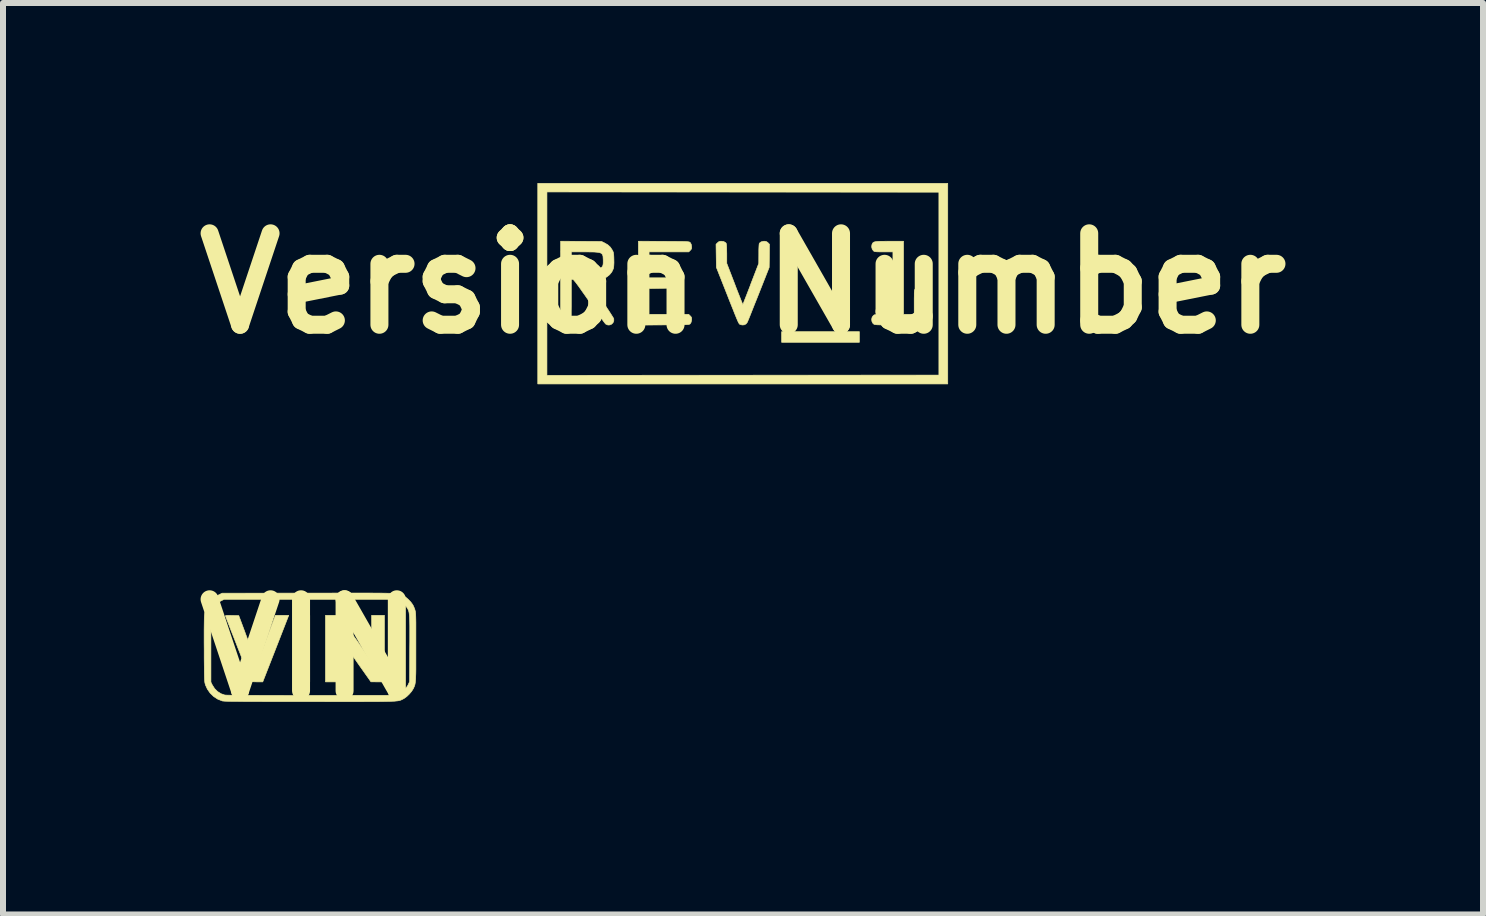
<source format=kicad_pcb>
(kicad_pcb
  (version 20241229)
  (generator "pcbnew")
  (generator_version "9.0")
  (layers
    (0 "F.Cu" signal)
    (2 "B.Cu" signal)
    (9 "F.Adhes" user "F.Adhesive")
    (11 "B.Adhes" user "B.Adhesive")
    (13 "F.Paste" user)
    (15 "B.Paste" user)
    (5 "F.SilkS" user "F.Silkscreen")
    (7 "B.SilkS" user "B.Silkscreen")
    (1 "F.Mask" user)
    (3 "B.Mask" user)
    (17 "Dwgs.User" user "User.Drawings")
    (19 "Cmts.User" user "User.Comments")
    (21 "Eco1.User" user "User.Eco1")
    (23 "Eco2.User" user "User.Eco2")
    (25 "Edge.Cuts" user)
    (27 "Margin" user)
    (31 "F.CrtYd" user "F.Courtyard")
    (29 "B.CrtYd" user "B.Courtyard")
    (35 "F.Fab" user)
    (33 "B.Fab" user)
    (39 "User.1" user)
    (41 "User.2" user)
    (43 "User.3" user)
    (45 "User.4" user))
  (footprint "Version Number"
    (layer "F.Cu")
    (at 9.333 1.673)
    (property "Reference" "Version Number" (at 0 0 0) (layer "F.SilkS") (effects (font (size 1.524 1.524) (thickness 0.3))))
    (attr through_hole)
    (fp_poly (pts (xy 1.939 0.982) (xy 0.643 0.982) (xy 0.643 0.804) (xy 1.939 0.804) (xy 1.939 0.982)) (stroke (width 0.01) (type solid)) (fill yes) (layer "F.SilkS"))
    (fp_poly (pts (xy 3.412 1.676) (xy -3.421 1.676) (xy -3.421 1.532) (xy -3.268 1.532) (xy -0.002 1.53) (xy 3.264 1.528) (xy 3.264 -1.52) (xy -0.002 -1.522) (xy -3.268 -1.524) (xy -3.268 1.532) (xy -3.421 1.532) (xy -3.421 -1.668) (xy 3.412 -1.668) (xy 3.412 1.676)) (stroke (width 0.01) (type solid)) (fill yes) (layer "F.SilkS"))
    (fp_poly (pts (xy -1.321 -0.701) (xy -1.226 -0.7) (xy -1.146 -0.7) (xy -1.08 -0.699) (xy -1.026 -0.699) (xy -0.984 -0.698) (xy -0.952 -0.697) (xy -0.928 -0.695) (xy -0.91 -0.693) (xy -0.898 -0.691) (xy -0.89 -0.688) (xy -0.885 -0.685) (xy -0.88 -0.681) (xy -0.88 -0.68) (xy -0.864 -0.653) (xy -0.857 -0.619) (xy -0.856 -0.592) (xy -0.86 -0.575) (xy -0.871 -0.559) (xy -0.879 -0.551) (xy -0.905 -0.525) (xy -1.566 -0.525) (xy -1.566 -0.093) (xy -1.26 -0.093) (xy -1.235 -0.068) (xy -1.216 -0.038) (xy -1.209 -0.002) (xy -1.217 0.034) (xy -1.231 0.057) (xy -1.252 0.08) (xy -1.409 0.083) (xy -1.566 0.086) (xy -1.566 0.516) (xy -0.905 0.516) (xy -0.879 0.542) (xy -0.863 0.56) (xy -0.857 0.575) (xy -0.856 0.597) (xy -0.857 0.611) (xy -0.866 0.65) (xy -0.88 0.672) (xy -0.884 0.676) (xy -0.889 0.679) (xy -0.897 0.682) (xy -0.908 0.685) (xy -0.924 0.686) (xy -0.947 0.688) (xy -0.978 0.689) (xy -1.018 0.69) (xy -1.069 0.691) (xy -1.132 0.691) (xy -1.21 0.692) (xy -1.302 0.692) (xy -1.321 0.692) (xy -1.744 0.695) (xy -1.744 -0.703) (xy -1.321 -0.701)) (stroke (width 0.01) (type solid)) (fill yes) (layer "F.SilkS"))
    (fp_poly (pts (xy 0.384 -0.699) (xy 0.407 -0.686) (xy 0.416 -0.678) (xy 0.441 -0.652) (xy 0.439 -0.46) (xy 0.436 -0.267) (xy 0.261 0.176) (xy 0.228 0.259) (xy 0.196 0.338) (xy 0.167 0.411) (xy 0.141 0.477) (xy 0.118 0.535) (xy 0.099 0.582) (xy 0.084 0.618) (xy 0.075 0.64) (xy 0.072 0.647) (xy 0.05 0.675) (xy 0.019 0.691) (xy -0.016 0.693) (xy -0.048 0.684) (xy -0.053 0.682) (xy -0.058 0.679) (xy -0.062 0.674) (xy -0.067 0.667) (xy -0.074 0.656) (xy -0.082 0.64) (xy -0.092 0.617) (xy -0.105 0.587) (xy -0.121 0.548) (xy -0.141 0.499) (xy -0.164 0.44) (xy -0.193 0.368) (xy -0.227 0.283) (xy -0.266 0.183) (xy -0.269 0.176) (xy -0.444 -0.267) (xy -0.447 -0.46) (xy -0.45 -0.652) (xy -0.424 -0.678) (xy -0.402 -0.696) (xy -0.377 -0.702) (xy -0.364 -0.703) (xy -0.321 -0.697) (xy -0.29 -0.679) (xy -0.282 -0.67) (xy -0.278 -0.658) (xy -0.275 -0.633) (xy -0.273 -0.594) (xy -0.272 -0.541) (xy -0.271 -0.495) (xy -0.271 -0.334) (xy -0.138 0.011) (xy -0.111 0.083) (xy -0.085 0.149) (xy -0.061 0.209) (xy -0.041 0.261) (xy -0.024 0.303) (xy -0.012 0.333) (xy -0.005 0.35) (xy -0.003 0.353) (xy -0.000125 0.345) (xy 0.009 0.323) (xy 0.022 0.288) (xy 0.04 0.243) (xy 0.062 0.187) (xy 0.086 0.125) (xy 0.113 0.056) (xy 0.13 0.009) (xy 0.262 -0.333) (xy 0.263 -0.494) (xy 0.263 -0.559) (xy 0.265 -0.608) (xy 0.267 -0.642) (xy 0.27 -0.663) (xy 0.273 -0.67) (xy 0.301 -0.692) (xy 0.34 -0.702) (xy 0.356 -0.703) (xy 0.384 -0.699)) (stroke (width 0.01) (type solid)) (fill yes) (layer "F.SilkS"))
    (fp_poly (pts (xy 2.675 0.516) (xy 2.853 0.516) (xy 2.853 0.314) (xy 2.853 0.25) (xy 2.854 0.201) (xy 2.854 0.164) (xy 2.856 0.138) (xy 2.858 0.119) (xy 2.861 0.107) (xy 2.865 0.098) (xy 2.87 0.091) (xy 2.894 0.072) (xy 2.926 0.063) (xy 2.959 0.064) (xy 2.99 0.074) (xy 3.014 0.092) (xy 3.023 0.107) (xy 3.026 0.123) (xy 3.028 0.155) (xy 3.029 0.202) (xy 3.03 0.263) (xy 3.03 0.337) (xy 3.029 0.391) (xy 3.029 0.464) (xy 3.028 0.522) (xy 3.027 0.567) (xy 3.026 0.601) (xy 3.024 0.626) (xy 3.022 0.643) (xy 3.019 0.654) (xy 3.015 0.662) (xy 3.011 0.668) (xy 3.008 0.671) (xy 2.988 0.69) (xy 2.597 0.692) (xy 2.503 0.692) (xy 2.424 0.692) (xy 2.359 0.692) (xy 2.307 0.692) (xy 2.267 0.691) (xy 2.236 0.69) (xy 2.213 0.688) (xy 2.197 0.686) (xy 2.187 0.683) (xy 2.183 0.682) (xy 2.16 0.66) (xy 2.147 0.63) (xy 2.144 0.595) (xy 2.152 0.562) (xy 2.172 0.536) (xy 2.181 0.529) (xy 2.19 0.524) (xy 2.203 0.52) (xy 2.223 0.518) (xy 2.252 0.517) (xy 2.292 0.517) (xy 2.346 0.516) (xy 2.498 0.516) (xy 2.498 -0.525) (xy 2.346 -0.525) (xy 2.291 -0.525) (xy 2.251 -0.526) (xy 2.223 -0.527) (xy 2.203 -0.529) (xy 2.19 -0.532) (xy 2.18 -0.537) (xy 2.172 -0.544) (xy 2.153 -0.571) (xy 2.144 -0.606) (xy 2.147 -0.642) (xy 2.151 -0.652) (xy 2.157 -0.666) (xy 2.165 -0.677) (xy 2.177 -0.686) (xy 2.193 -0.692) (xy 2.217 -0.697) (xy 2.25 -0.7) (xy 2.293 -0.702) (xy 2.349 -0.702) (xy 2.42 -0.703) (xy 2.442 -0.703) (xy 2.675 -0.703) (xy 2.675 0.516)) (stroke (width 0.01) (type solid)) (fill yes) (layer "F.SilkS"))
    (fp_poly (pts (xy -2.358 -0.699) (xy -2.311 -0.676) (xy -2.255 -0.644) (xy -2.211 -0.604) (xy -2.18 -0.557) (xy -2.17 -0.538) (xy -2.162 -0.52) (xy -2.158 -0.5) (xy -2.155 -0.475) (xy -2.153 -0.439) (xy -2.152 -0.401) (xy -2.151 -0.345) (xy -2.153 -0.303) (xy -2.156 -0.27) (xy -2.162 -0.243) (xy -2.186 -0.192) (xy -2.223 -0.146) (xy -2.27 -0.108) (xy -2.293 -0.096) (xy -2.313 -0.087) (xy -2.331 -0.08) (xy -2.352 -0.076) (xy -2.379 -0.072) (xy -2.416 -0.07) (xy -2.465 -0.068) (xy -2.469 -0.068) (xy -2.598 -0.063) (xy -2.379 0.25) (xy -2.327 0.324) (xy -2.281 0.391) (xy -2.241 0.45) (xy -2.208 0.501) (xy -2.182 0.542) (xy -2.164 0.571) (xy -2.155 0.588) (xy -2.154 0.591) (xy -2.154 0.626) (xy -2.167 0.656) (xy -2.19 0.679) (xy -2.219 0.692) (xy -2.251 0.694) (xy -2.283 0.681) (xy -2.289 0.677) (xy -2.298 0.667) (xy -2.316 0.644) (xy -2.341 0.61) (xy -2.373 0.566) (xy -2.411 0.514) (xy -2.453 0.455) (xy -2.499 0.39) (xy -2.548 0.321) (xy -2.566 0.296) (xy -2.623 0.214) (xy -2.672 0.145) (xy -2.712 0.088) (xy -2.745 0.042) (xy -2.772 0.006) (xy -2.793 -0.022) (xy -2.81 -0.042) (xy -2.822 -0.056) (xy -2.831 -0.064) (xy -2.838 -0.067) (xy -2.841 -0.068) (xy -2.862 -0.068) (xy -2.862 0.29) (xy -2.862 0.384) (xy -2.863 0.462) (xy -2.863 0.525) (xy -2.865 0.575) (xy -2.866 0.613) (xy -2.868 0.639) (xy -2.87 0.655) (xy -2.873 0.661) (xy -2.9 0.683) (xy -2.939 0.694) (xy -2.955 0.694) (xy -2.984 0.691) (xy -3.007 0.677) (xy -3.015 0.67) (xy -3.04 0.645) (xy -3.04 -0.246) (xy -2.862 -0.246) (xy -2.635 -0.246) (xy -2.551 -0.247) (xy -2.483 -0.248) (xy -2.432 -0.25) (xy -2.397 -0.253) (xy -2.379 -0.257) (xy -2.358 -0.267) (xy -2.343 -0.282) (xy -2.334 -0.305) (xy -2.33 -0.339) (xy -2.33 -0.387) (xy -2.33 -0.391) (xy -2.332 -0.426) (xy -2.334 -0.454) (xy -2.341 -0.476) (xy -2.352 -0.493) (xy -2.369 -0.505) (xy -2.395 -0.514) (xy -2.43 -0.519) (xy -2.477 -0.523) (xy -2.537 -0.524) (xy -2.611 -0.525) (xy -2.648 -0.525) (xy -2.862 -0.525) (xy -2.862 -0.246) (xy -3.04 -0.246) (xy -3.04 -0.703) (xy -2.358 -0.699)) (stroke (width 0.01) (type solid)) (fill yes) (layer "F.SilkS")))
  (footprint "VIN"
    (layer "F.Cu")
    (at 2.112 7.772)
    (property "Reference" "VIN" (at 0 0 0) (layer "F.SilkS") (effects (font (size 1.524 1.524) (thickness 0.3))))
    (attr through_hole)
    (fp_poly (pts (xy 0 0.542) (xy -0.212 0.542) (xy -0.212 -0.567) (xy 0 -0.567) (xy 0 0.542)) (stroke (width 0.01) (type solid)) (fill yes) (layer "F.SilkS"))
    (fp_poly (pts (xy 0.678 -0.299) (xy 0.734 -0.219) (xy 0.782 -0.152) (xy 0.822 -0.095) (xy 0.855 -0.047) (xy 0.883 -0.008) (xy 0.906 0.026) (xy 0.926 0.055) (xy 0.943 0.081) (xy 0.958 0.106) (xy 0.974 0.13) (xy 0.989 0.156) (xy 0.99 0.157) (xy 1.037 0.234) (xy 1.031 -0.567) (xy 1.245 -0.567) (xy 1.245 0.542) (xy 1.132 0.542) (xy 1.02 0.541) (xy 0.824 0.264) (xy 0.748 0.155) (xy 0.68 0.058) (xy 0.622 -0.027) (xy 0.571 -0.102) (xy 0.528 -0.167) (xy 0.492 -0.225) (xy 0.486 -0.234) (xy 0.483 -0.24) (xy 0.479 -0.244) (xy 0.477 -0.243) (xy 0.475 -0.238) (xy 0.473 -0.226) (xy 0.472 -0.206) (xy 0.472 -0.177) (xy 0.471 -0.138) (xy 0.471 -0.087) (xy 0.472 -0.023) (xy 0.472 0.056) (xy 0.473 0.14) (xy 0.475 0.542) (xy 0.262 0.542) (xy 0.262 -0.567) (xy 0.487 -0.567) (xy 0.678 -0.299)) (stroke (width 0.01) (type solid)) (fill yes) (layer "F.SilkS"))
    (fp_poly (pts (xy -0.566 -0.013) (xy -0.783 0.542) (xy -0.878 0.542) (xy -0.916 0.541) (xy -0.948 0.54) (xy -0.969 0.538) (xy -0.977 0.536) (xy -0.98 0.527) (xy -0.99 0.503) (xy -1.004 0.468) (xy -1.023 0.421) (xy -1.045 0.364) (xy -1.07 0.3) (xy -1.098 0.23) (xy -1.128 0.154) (xy -1.158 0.075) (xy -1.19 -0.005) (xy -1.221 -0.085) (xy -1.252 -0.164) (xy -1.282 -0.24) (xy -1.31 -0.311) (xy -1.335 -0.376) (xy -1.357 -0.433) (xy -1.376 -0.481) (xy -1.39 -0.518) (xy -1.399 -0.542) (xy -1.403 -0.553) (xy -1.403 -0.553) (xy -1.404 -0.559) (xy -1.4 -0.563) (xy -1.389 -0.565) (xy -1.368 -0.566) (xy -1.335 -0.566) (xy -1.295 -0.565) (xy -1.183 -0.563) (xy -1.099 -0.339) (xy -1.078 -0.282) (xy -1.055 -0.219) (xy -1.03 -0.152) (xy -1.004 -0.083) (xy -0.979 -0.015) (xy -0.955 0.051) (xy -0.933 0.111) (xy -0.913 0.163) (xy -0.898 0.206) (xy -0.887 0.236) (xy -0.884 0.246) (xy -0.88 0.242) (xy -0.871 0.225) (xy -0.858 0.195) (xy -0.843 0.157) (xy -0.826 0.111) (xy -0.822 0.102) (xy -0.804 0.052) (xy -0.781 -0.009) (xy -0.755 -0.079) (xy -0.728 -0.154) (xy -0.7 -0.229) (xy -0.673 -0.301) (xy -0.669 -0.311) (xy -0.573 -0.567) (xy -0.35 -0.567) (xy -0.566 -0.013)) (stroke (width 0.01) (type solid)) (fill yes) (layer "F.SilkS"))
    (fp_poly (pts (xy 0.879 -0.939) (xy 0.98 -0.939) (xy 1.069 -0.938) (xy 1.148 -0.938) (xy 1.217 -0.937) (xy 1.277 -0.936) (xy 1.328 -0.935) (xy 1.371 -0.934) (xy 1.408 -0.932) (xy 1.438 -0.93) (xy 1.464 -0.927) (xy 1.484 -0.924) (xy 1.501 -0.921) (xy 1.515 -0.918) (xy 1.526 -0.913) (xy 1.536 -0.909) (xy 1.545 -0.904) (xy 1.555 -0.898) (xy 1.565 -0.892) (xy 1.571 -0.888) (xy 1.608 -0.863) (xy 1.647 -0.828) (xy 1.684 -0.789) (xy 1.713 -0.75) (xy 1.716 -0.745) (xy 1.729 -0.721) (xy 1.743 -0.688) (xy 1.752 -0.663) (xy 1.755 -0.652) (xy 1.758 -0.641) (xy 1.761 -0.629) (xy 1.763 -0.613) (xy 1.765 -0.594) (xy 1.766 -0.569) (xy 1.767 -0.537) (xy 1.768 -0.498) (xy 1.769 -0.449) (xy 1.769 -0.389) (xy 1.769 -0.318) (xy 1.769 -0.233) (xy 1.769 -0.134) (xy 1.769 -0.04) (xy 1.769 0.076) (xy 1.769 0.176) (xy 1.769 0.262) (xy 1.769 0.336) (xy 1.768 0.397) (xy 1.766 0.449) (xy 1.765 0.491) (xy 1.762 0.525) (xy 1.759 0.554) (xy 1.755 0.577) (xy 1.751 0.596) (xy 1.745 0.613) (xy 1.738 0.629) (xy 1.731 0.645) (xy 1.723 0.66) (xy 1.697 0.701) (xy 1.66 0.744) (xy 1.619 0.784) (xy 1.577 0.815) (xy 1.562 0.824) (xy 1.55 0.83) (xy 1.54 0.835) (xy 1.53 0.84) (xy 1.52 0.845) (xy 1.508 0.849) (xy 1.495 0.853) (xy 1.48 0.856) (xy 1.461 0.859) (xy 1.438 0.861) (xy 1.41 0.864) (xy 1.376 0.865) (xy 1.336 0.867) (xy 1.288 0.868) (xy 1.232 0.869) (xy 1.167 0.87) (xy 1.093 0.871) (xy 1.008 0.871) (xy 0.913 0.871) (xy 0.805 0.872) (xy 0.684 0.872) (xy 0.549 0.872) (xy 0.401 0.872) (xy 0.237 0.871) (xy 0.057 0.871) (xy 0.005 0.871) (xy -0.186 0.871) (xy -0.36 0.871) (xy -0.519 0.871) (xy -0.662 0.871) (xy -0.792 0.87) (xy -0.907 0.87) (xy -1.01 0.869) (xy -1.1 0.869) (xy -1.178 0.868) (xy -1.245 0.867) (xy -1.302 0.867) (xy -1.349 0.866) (xy -1.386 0.865) (xy -1.415 0.864) (xy -1.436 0.862) (xy -1.45 0.861) (xy -1.456 0.86) (xy -1.533 0.83) (xy -1.601 0.786) (xy -1.659 0.73) (xy -1.706 0.663) (xy -1.739 0.591) (xy -1.742 0.579) (xy -1.745 0.568) (xy -1.748 0.555) (xy -1.75 0.539) (xy -1.752 0.519) (xy -1.754 0.493) (xy -1.755 0.46) (xy -1.756 0.419) (xy -1.757 0.368) (xy -1.757 0.305) (xy -1.758 0.231) (xy -1.759 0.142) (xy -1.759 0.039) (xy -1.759 0.008) (xy -1.76 -0.115) (xy -1.76 -0.226) (xy -1.76 -0.323) (xy -1.759 -0.407) (xy -1.758 -0.476) (xy -1.757 -0.531) (xy -1.755 -0.569) (xy -1.753 -0.588) (xy -1.747 -0.614) (xy -1.647 -0.614) (xy -1.647 0.546) (xy -1.623 0.595) (xy -1.585 0.654) (xy -1.536 0.703) (xy -1.479 0.739) (xy -1.416 0.761) (xy -1.413 0.761) (xy -1.4 0.762) (xy -1.372 0.763) (xy -1.328 0.764) (xy -1.271 0.764) (xy -1.2 0.765) (xy -1.116 0.766) (xy -1.021 0.766) (xy -0.916 0.766) (xy -0.801 0.767) (xy -0.677 0.767) (xy -0.545 0.767) (xy -0.407 0.768) (xy -0.262 0.768) (xy -0.113 0.768) (xy 0.03 0.767) (xy 1.435 0.766) (xy 1.486 0.743) (xy 1.545 0.706) (xy 1.595 0.658) (xy 1.634 0.601) (xy 1.64 0.589) (xy 1.664 0.538) (xy 1.666 -0.011) (xy 1.667 -0.128) (xy 1.667 -0.229) (xy 1.667 -0.316) (xy 1.667 -0.39) (xy 1.666 -0.452) (xy 1.664 -0.503) (xy 1.662 -0.546) (xy 1.659 -0.58) (xy 1.656 -0.608) (xy 1.651 -0.631) (xy 1.645 -0.65) (xy 1.638 -0.666) (xy 1.63 -0.681) (xy 1.62 -0.696) (xy 1.613 -0.707) (xy 1.569 -0.759) (xy 1.515 -0.799) (xy 1.483 -0.816) (xy 1.444 -0.834) (xy -1.427 -0.834) (xy -1.483 -0.806) (xy -1.542 -0.769) (xy -1.589 -0.721) (xy -1.624 -0.661) (xy -1.647 -0.614) (xy -1.747 -0.614) (xy -1.734 -0.67) (xy -1.701 -0.744) (xy -1.653 -0.808) (xy -1.593 -0.863) (xy -1.527 -0.903) (xy -1.461 -0.936) (xy -0.014 -0.938) (xy 0.173 -0.938) (xy 0.343 -0.938) (xy 0.498 -0.939) (xy 0.639 -0.939) (xy 0.765 -0.939) (xy 0.879 -0.939)) (stroke (width 0.01) (type solid)) (fill yes) (layer "F.SilkS")))
  (gr_rect
    (start -3 -3)
    (end 21.665 12.19)
    (stroke (width 0.1) (type default))
    (fill no)
    (layer "Edge.Cuts")))
</source>
